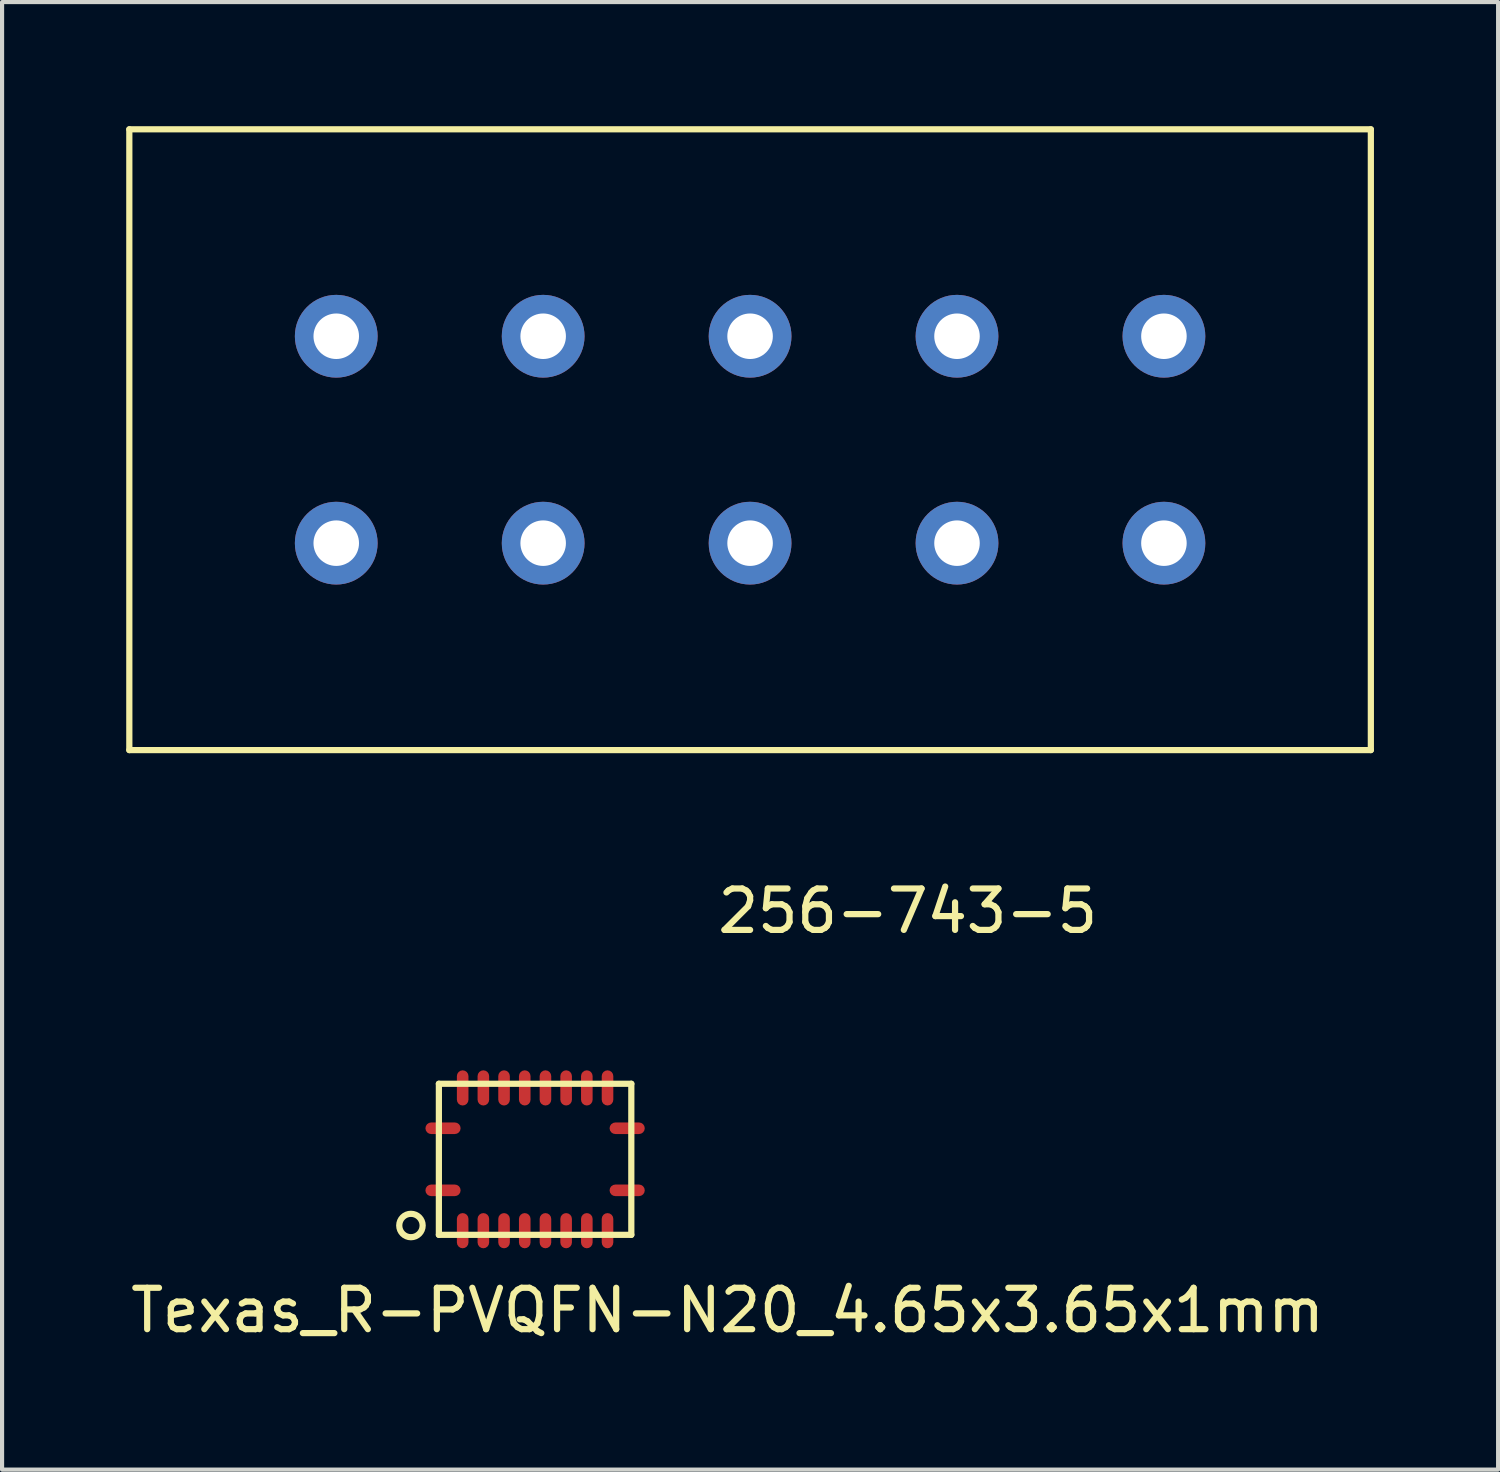
<source format=kicad_pcb>
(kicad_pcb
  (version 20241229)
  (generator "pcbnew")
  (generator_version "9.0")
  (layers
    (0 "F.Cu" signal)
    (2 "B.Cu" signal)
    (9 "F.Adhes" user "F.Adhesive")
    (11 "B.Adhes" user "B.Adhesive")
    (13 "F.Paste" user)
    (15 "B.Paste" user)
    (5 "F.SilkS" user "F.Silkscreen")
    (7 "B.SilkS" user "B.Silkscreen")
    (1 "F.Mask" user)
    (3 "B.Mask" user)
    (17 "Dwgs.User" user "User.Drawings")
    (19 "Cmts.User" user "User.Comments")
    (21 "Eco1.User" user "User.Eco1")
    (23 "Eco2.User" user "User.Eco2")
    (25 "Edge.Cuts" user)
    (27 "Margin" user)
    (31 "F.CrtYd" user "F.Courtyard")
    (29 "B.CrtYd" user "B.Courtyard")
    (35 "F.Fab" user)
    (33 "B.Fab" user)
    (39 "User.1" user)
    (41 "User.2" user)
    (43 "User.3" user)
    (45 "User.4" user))
  (footprint "256-743-5"
    (layer "F.Cu")
    (at 15.075 10.075)
    (property "Reference" "256-743-5" (at 3.81 8.89 0) (layer "F.SilkS") (effects (font (size 1 1) (thickness 0.15))))
    (attr through_hole)
    (fp_line (start -15 -10) (end 15 -10) (stroke (width 0.15) (type solid)) (layer "F.SilkS"))
    (fp_line (start -15 5) (end -15 -10) (stroke (width 0.15) (type solid)) (layer "F.SilkS"))
    (fp_line (start 15 -10) (end 15 5) (stroke (width 0.15) (type solid)) (layer "F.SilkS"))
    (fp_line (start 15 5) (end -15 5) (stroke (width 0.15) (type solid)) (layer "F.SilkS"))
    (pad "1" thru_hole circle (at -10 -5) (size 2 2) (drill 1.1) (layers "*.Cu" "*.Mask"))
    (pad "1" thru_hole circle (at -10 0) (size 2 2) (drill 1.1) (layers "*.Cu" "*.Mask"))
    (pad "2" thru_hole circle (at -5 -5) (size 2 2) (drill 1.1) (layers "*.Cu" "*.Mask"))
    (pad "2" thru_hole circle (at -5 0) (size 2 2) (drill 1.1) (layers "*.Cu" "*.Mask"))
    (pad "3" thru_hole circle (at 0 -5) (size 2 2) (drill 1.1) (layers "*.Cu" "*.Mask"))
    (pad "3" thru_hole circle (at 0 0) (size 2 2) (drill 1.1) (layers "*.Cu" "*.Mask"))
    (pad "4" thru_hole circle (at 5 -5) (size 2 2) (drill 1.1) (layers "*.Cu" "*.Mask"))
    (pad "4" thru_hole circle (at 5 0) (size 2 2) (drill 1.1) (layers "*.Cu" "*.Mask"))
    (pad "5" thru_hole circle (at 10 -5) (size 2 2) (drill 1.1) (layers "*.Cu" "*.Mask"))
    (pad "5" thru_hole circle (at 10 0) (size 2 2) (drill 1.1) (layers "*.Cu" "*.Mask")))
  (footprint "Texas_R-PVQFN-N20_4.65x3.65x1mm"
    (layer "F.Cu")
    (at 9.88 24.963)
    (property "Reference" "Texas_R-PVQFN-N20_4.65x3.65x1mm" (at 4.65 3.65 0) (layer "F.SilkS") (effects (font (size 1 1) (thickness 0.15))))
    (attr through_hole)
    (fp_line (start -2.325 -1.825) (end 2.325 -1.825) (stroke (width 0.15) (type solid)) (layer "F.SilkS"))
    (fp_line (start -2.325 1.825) (end -2.325 -1.825) (stroke (width 0.15) (type solid)) (layer "F.SilkS"))
    (fp_line (start 2.325 -1.825) (end 2.325 1.825) (stroke (width 0.15) (type solid)) (layer "F.SilkS"))
    (fp_line (start 2.325 1.825) (end -2.325 1.825) (stroke (width 0.15) (type solid)) (layer "F.SilkS"))
    (fp_circle (center -3 1.6) (end -3.2 1.8) (stroke (width 0.15) (type solid)) (fill no) (layer "F.SilkS"))
    (pad "1" smd roundrect (at -2.225 0.75) (size 0.85 0.28) (layers "F.Cu" "F.Mask" "F.Paste") (roundrect_rratio 0.5))
    (pad "2" smd roundrect (at -1.75 1.725) (size 0.28 0.85) (layers "F.Cu" "F.Mask" "F.Paste") (roundrect_rratio 0.5))
    (pad "3" smd roundrect (at -1.25 1.725) (size 0.28 0.85) (layers "F.Cu" "F.Mask" "F.Paste") (roundrect_rratio 0.5))
    (pad "4" smd roundrect (at -0.75 1.725) (size 0.28 0.85) (layers "F.Cu" "F.Mask" "F.Paste") (roundrect_rratio 0.5))
    (pad "5" smd roundrect (at -0.25 1.725) (size 0.28 0.85) (layers "F.Cu" "F.Mask" "F.Paste") (roundrect_rratio 0.5))
    (pad "6" smd roundrect (at 0.25 1.725) (size 0.28 0.85) (layers "F.Cu" "F.Mask" "F.Paste") (roundrect_rratio 0.5))
    (pad "7" smd roundrect (at 0.75 1.725) (size 0.28 0.85) (layers "F.Cu" "F.Mask" "F.Paste") (roundrect_rratio 0.5))
    (pad "8" smd roundrect (at 1.25 1.725) (size 0.28 0.85) (layers "F.Cu" "F.Mask" "F.Paste") (roundrect_rratio 0.5))
    (pad "9" smd roundrect (at 1.75 1.725) (size 0.28 0.85) (layers "F.Cu" "F.Mask" "F.Paste") (roundrect_rratio 0.5))
    (pad "10" smd roundrect (at 2.225 0.75) (size 0.85 0.28) (layers "F.Cu" "F.Mask" "F.Paste") (roundrect_rratio 0.5))
    (pad "11" smd roundrect (at 2.225 -0.75) (size 0.85 0.28) (layers "F.Cu" "F.Mask" "F.Paste") (roundrect_rratio 0.5))
    (pad "12" smd roundrect (at 1.75 -1.725) (size 0.28 0.85) (layers "F.Cu" "F.Mask" "F.Paste") (roundrect_rratio 0.5))
    (pad "13" smd roundrect (at 1.25 -1.725) (size 0.28 0.85) (layers "F.Cu" "F.Mask" "F.Paste") (roundrect_rratio 0.5))
    (pad "14" smd roundrect (at 0.75 -1.725) (size 0.28 0.85) (layers "F.Cu" "F.Mask" "F.Paste") (roundrect_rratio 0.5))
    (pad "15" smd roundrect (at 0.25 -1.725) (size 0.28 0.85) (layers "F.Cu" "F.Mask" "F.Paste") (roundrect_rratio 0.5))
    (pad "16" smd roundrect (at -0.25 -1.725) (size 0.28 0.85) (layers "F.Cu" "F.Mask" "F.Paste") (roundrect_rratio 0.5))
    (pad "17" smd roundrect (at -0.75 -1.725) (size 0.28 0.85) (layers "F.Cu" "F.Mask" "F.Paste") (roundrect_rratio 0.5))
    (pad "18" smd roundrect (at -1.25 -1.725) (size 0.28 0.85) (layers "F.Cu" "F.Mask" "F.Paste") (roundrect_rratio 0.5))
    (pad "19" smd roundrect (at -1.75 -1.725) (size 0.28 0.85) (layers "F.Cu" "F.Mask" "F.Paste") (roundrect_rratio 0.5))
    (pad "20" smd roundrect (at -2.225 -0.75) (size 0.85 0.28) (layers "F.Cu" "F.Mask" "F.Paste") (roundrect_rratio 0.5)))
  (gr_rect
    (start -3 -3)
    (end 33.15 32.462)
    (stroke (width 0.1) (type default))
    (fill no)
    (layer "Edge.Cuts")))
</source>
